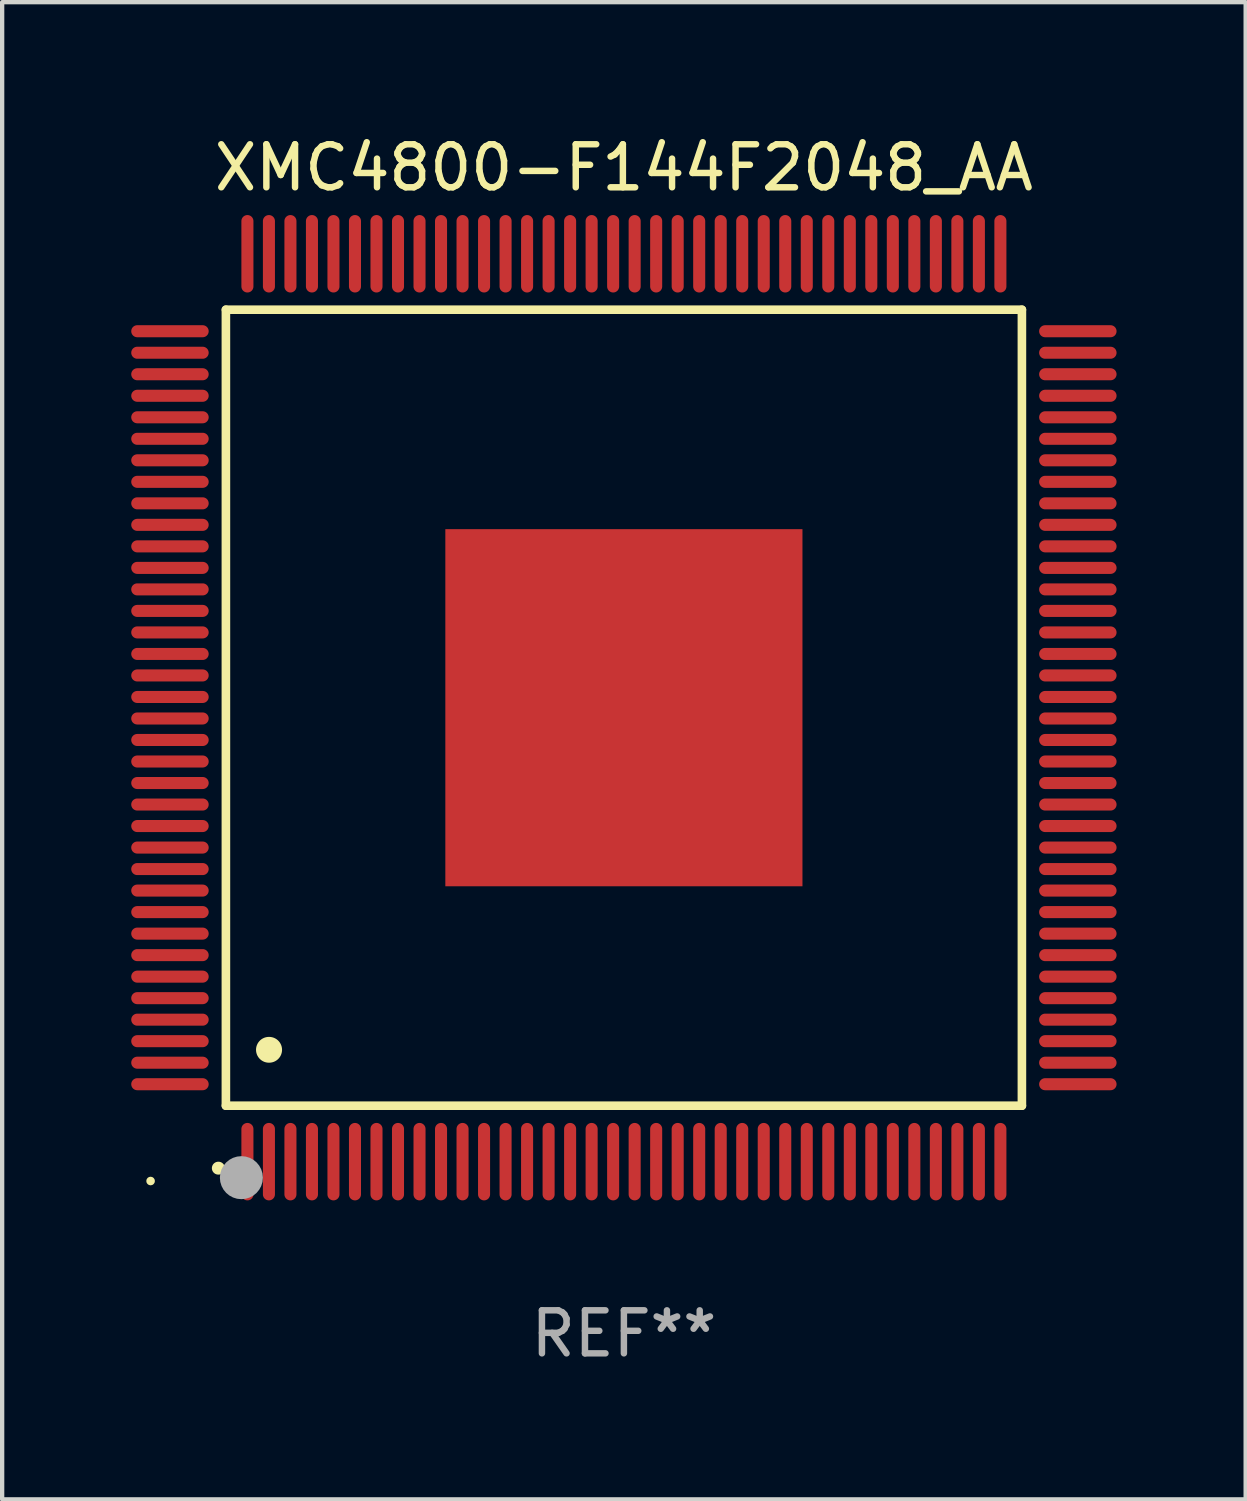
<source format=kicad_pcb>
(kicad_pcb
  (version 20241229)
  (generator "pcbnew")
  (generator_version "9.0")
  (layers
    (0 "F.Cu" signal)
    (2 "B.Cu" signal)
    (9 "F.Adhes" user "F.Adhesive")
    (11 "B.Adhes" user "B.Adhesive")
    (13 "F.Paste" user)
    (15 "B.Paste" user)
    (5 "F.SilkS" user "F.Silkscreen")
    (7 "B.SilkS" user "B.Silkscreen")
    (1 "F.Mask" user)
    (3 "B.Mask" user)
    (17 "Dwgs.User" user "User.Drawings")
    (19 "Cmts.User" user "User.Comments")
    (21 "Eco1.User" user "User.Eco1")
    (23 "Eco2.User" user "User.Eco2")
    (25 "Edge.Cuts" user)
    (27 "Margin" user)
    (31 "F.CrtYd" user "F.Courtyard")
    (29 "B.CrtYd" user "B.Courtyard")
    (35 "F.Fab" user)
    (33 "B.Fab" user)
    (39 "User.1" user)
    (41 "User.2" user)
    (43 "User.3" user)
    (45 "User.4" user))
  (footprint "XMC4800-F144F2048_AA"
    (layer "F.Cu")
    (at 11.45 13.398)
    (property "Reference" "XMC4800-F144F2048_AA" (at 0 -12.55 0) (layer "F.SilkS") (effects (font (size 1 1) (thickness 0.15))))
    (attr through_hole)
    (fp_line (start -9.25 -9.25) (end 9.25 -9.25) (stroke (width 0.2) (type solid)) (layer "F.SilkS"))
    (fp_line (start -9.25 9.25) (end -9.25 -9.25) (stroke (width 0.2) (type solid)) (layer "F.SilkS"))
    (fp_line (start 9.25 -9.25) (end 9.25 9.25) (stroke (width 0.2) (type solid)) (layer "F.SilkS"))
    (fp_line (start 9.25 9.25) (end -9.25 9.25) (stroke (width 0.2) (type solid)) (layer "F.SilkS"))
    (fp_arc (start -9.425959 10.701041) (mid -9.424689 10.701036) (end -9.423419 10.701041) (stroke (width 0.3) (type solid)) (layer "F.SilkS"))
    (fp_arc (start -8.249936 7.950216) (mid -8.247396 7.950205) (end -8.244856 7.950216) (stroke (width 0.6) (type solid)) (layer "F.SilkS"))
    (fp_circle (center -11 11) (end -10.95 11) (stroke (width 0.1) (type solid)) (fill no) (layer "F.SilkS"))
    (fp_circle (center -8.89 10.922) (end -8.64 10.922) (stroke (width 0.5) (type solid)) (fill no) (layer "F.Fab"))
    (fp_text user "REF**" (at 0 14.55 0) (layer "F.Fab") (effects (font (size 1 1) (thickness 0.15))))
    (pad "1" smd oval (at -8.75 10.55) (size 0.28 1.8) (layers "F.Cu" "F.Mask" "F.Paste"))
    (pad "2" smd oval (at -8.25 10.55) (size 0.28 1.8) (layers "F.Cu" "F.Mask" "F.Paste"))
    (pad "3" smd oval (at -7.75 10.55) (size 0.28 1.8) (layers "F.Cu" "F.Mask" "F.Paste"))
    (pad "4" smd oval (at -7.25 10.55) (size 0.28 1.8) (layers "F.Cu" "F.Mask" "F.Paste"))
    (pad "5" smd oval (at -6.75 10.55) (size 0.28 1.8) (layers "F.Cu" "F.Mask" "F.Paste"))
    (pad "6" smd oval (at -6.25 10.55) (size 0.28 1.8) (layers "F.Cu" "F.Mask" "F.Paste"))
    (pad "7" smd oval (at -5.75 10.55) (size 0.28 1.8) (layers "F.Cu" "F.Mask" "F.Paste"))
    (pad "8" smd oval (at -5.25 10.55) (size 0.28 1.8) (layers "F.Cu" "F.Mask" "F.Paste"))
    (pad "9" smd oval (at -4.75 10.55) (size 0.28 1.8) (layers "F.Cu" "F.Mask" "F.Paste"))
    (pad "10" smd oval (at -4.25 10.55) (size 0.28 1.8) (layers "F.Cu" "F.Mask" "F.Paste"))
    (pad "11" smd oval (at -3.75 10.55) (size 0.28 1.8) (layers "F.Cu" "F.Mask" "F.Paste"))
    (pad "12" smd oval (at -3.25 10.55) (size 0.28 1.8) (layers "F.Cu" "F.Mask" "F.Paste"))
    (pad "13" smd oval (at -2.75 10.55) (size 0.28 1.8) (layers "F.Cu" "F.Mask" "F.Paste"))
    (pad "14" smd oval (at -2.25 10.55) (size 0.28 1.8) (layers "F.Cu" "F.Mask" "F.Paste"))
    (pad "15" smd oval (at -1.75 10.55) (size 0.28 1.8) (layers "F.Cu" "F.Mask" "F.Paste"))
    (pad "16" smd oval (at -1.25 10.55) (size 0.28 1.8) (layers "F.Cu" "F.Mask" "F.Paste"))
    (pad "17" smd oval (at -0.75 10.55) (size 0.28 1.8) (layers "F.Cu" "F.Mask" "F.Paste"))
    (pad "18" smd oval (at -0.25 10.55) (size 0.28 1.8) (layers "F.Cu" "F.Mask" "F.Paste"))
    (pad "19" smd oval (at 0.25 10.55) (size 0.28 1.8) (layers "F.Cu" "F.Mask" "F.Paste"))
    (pad "20" smd oval (at 0.75 10.55) (size 0.28 1.8) (layers "F.Cu" "F.Mask" "F.Paste"))
    (pad "21" smd oval (at 1.25 10.55) (size 0.28 1.8) (layers "F.Cu" "F.Mask" "F.Paste"))
    (pad "22" smd oval (at 1.75 10.55) (size 0.28 1.8) (layers "F.Cu" "F.Mask" "F.Paste"))
    (pad "23" smd oval (at 2.25 10.55) (size 0.28 1.8) (layers "F.Cu" "F.Mask" "F.Paste"))
    (pad "24" smd oval (at 2.75 10.55) (size 0.28 1.8) (layers "F.Cu" "F.Mask" "F.Paste"))
    (pad "25" smd oval (at 3.25 10.55) (size 0.28 1.8) (layers "F.Cu" "F.Mask" "F.Paste"))
    (pad "26" smd oval (at 3.75 10.55) (size 0.28 1.8) (layers "F.Cu" "F.Mask" "F.Paste"))
    (pad "27" smd oval (at 4.25 10.55) (size 0.28 1.8) (layers "F.Cu" "F.Mask" "F.Paste"))
    (pad "28" smd oval (at 4.75 10.55) (size 0.28 1.8) (layers "F.Cu" "F.Mask" "F.Paste"))
    (pad "29" smd oval (at 5.25 10.55) (size 0.28 1.8) (layers "F.Cu" "F.Mask" "F.Paste"))
    (pad "30" smd oval (at 5.75 10.55) (size 0.28 1.8) (layers "F.Cu" "F.Mask" "F.Paste"))
    (pad "31" smd oval (at 6.25 10.55) (size 0.28 1.8) (layers "F.Cu" "F.Mask" "F.Paste"))
    (pad "32" smd oval (at 6.75 10.55) (size 0.28 1.8) (layers "F.Cu" "F.Mask" "F.Paste"))
    (pad "33" smd oval (at 7.25 10.55) (size 0.28 1.8) (layers "F.Cu" "F.Mask" "F.Paste"))
    (pad "34" smd oval (at 7.75 10.55) (size 0.28 1.8) (layers "F.Cu" "F.Mask" "F.Paste"))
    (pad "35" smd oval (at 8.25 10.55) (size 0.28 1.8) (layers "F.Cu" "F.Mask" "F.Paste"))
    (pad "36" smd oval (at 8.75 10.55) (size 0.28 1.8) (layers "F.Cu" "F.Mask" "F.Paste"))
    (pad "37" smd oval (at 10.55 8.75) (size 1.8 0.28) (layers "F.Cu" "F.Mask" "F.Paste"))
    (pad "38" smd oval (at 10.55 8.25) (size 1.8 0.28) (layers "F.Cu" "F.Mask" "F.Paste"))
    (pad "39" smd oval (at 10.55 7.75) (size 1.8 0.28) (layers "F.Cu" "F.Mask" "F.Paste"))
    (pad "40" smd oval (at 10.55 7.25) (size 1.8 0.28) (layers "F.Cu" "F.Mask" "F.Paste"))
    (pad "41" smd oval (at 10.55 6.75) (size 1.8 0.28) (layers "F.Cu" "F.Mask" "F.Paste"))
    (pad "42" smd oval (at 10.55 6.25) (size 1.8 0.28) (layers "F.Cu" "F.Mask" "F.Paste"))
    (pad "43" smd oval (at 10.55 5.75) (size 1.8 0.28) (layers "F.Cu" "F.Mask" "F.Paste"))
    (pad "44" smd oval (at 10.55 5.25) (size 1.8 0.28) (layers "F.Cu" "F.Mask" "F.Paste"))
    (pad "45" smd oval (at 10.55 4.75) (size 1.8 0.28) (layers "F.Cu" "F.Mask" "F.Paste"))
    (pad "46" smd oval (at 10.55 4.25) (size 1.8 0.28) (layers "F.Cu" "F.Mask" "F.Paste"))
    (pad "47" smd oval (at 10.55 3.75) (size 1.8 0.28) (layers "F.Cu" "F.Mask" "F.Paste"))
    (pad "48" smd oval (at 10.55 3.25) (size 1.8 0.28) (layers "F.Cu" "F.Mask" "F.Paste"))
    (pad "49" smd oval (at 10.55 2.75) (size 1.8 0.28) (layers "F.Cu" "F.Mask" "F.Paste"))
    (pad "50" smd oval (at 10.55 2.25) (size 1.8 0.28) (layers "F.Cu" "F.Mask" "F.Paste"))
    (pad "51" smd oval (at 10.55 1.75) (size 1.8 0.28) (layers "F.Cu" "F.Mask" "F.Paste"))
    (pad "52" smd oval (at 10.55 1.25) (size 1.8 0.28) (layers "F.Cu" "F.Mask" "F.Paste"))
    (pad "53" smd oval (at 10.55 0.75) (size 1.8 0.28) (layers "F.Cu" "F.Mask" "F.Paste"))
    (pad "54" smd oval (at 10.55 0.25) (size 1.8 0.28) (layers "F.Cu" "F.Mask" "F.Paste"))
    (pad "55" smd oval (at 10.55 -0.25) (size 1.8 0.28) (layers "F.Cu" "F.Mask" "F.Paste"))
    (pad "56" smd oval (at 10.55 -0.75) (size 1.8 0.28) (layers "F.Cu" "F.Mask" "F.Paste"))
    (pad "57" smd oval (at 10.55 -1.25) (size 1.8 0.28) (layers "F.Cu" "F.Mask" "F.Paste"))
    (pad "58" smd oval (at 10.55 -1.75) (size 1.8 0.28) (layers "F.Cu" "F.Mask" "F.Paste"))
    (pad "59" smd oval (at 10.55 -2.25) (size 1.8 0.28) (layers "F.Cu" "F.Mask" "F.Paste"))
    (pad "60" smd oval (at 10.55 -2.75) (size 1.8 0.28) (layers "F.Cu" "F.Mask" "F.Paste"))
    (pad "61" smd oval (at 10.55 -3.25) (size 1.8 0.28) (layers "F.Cu" "F.Mask" "F.Paste"))
    (pad "62" smd oval (at 10.55 -3.75) (size 1.8 0.28) (layers "F.Cu" "F.Mask" "F.Paste"))
    (pad "63" smd oval (at 10.55 -4.25) (size 1.8 0.28) (layers "F.Cu" "F.Mask" "F.Paste"))
    (pad "64" smd oval (at 10.55 -4.75) (size 1.8 0.28) (layers "F.Cu" "F.Mask" "F.Paste"))
    (pad "65" smd oval (at 10.55 -5.25) (size 1.8 0.28) (layers "F.Cu" "F.Mask" "F.Paste"))
    (pad "66" smd oval (at 10.55 -5.75) (size 1.8 0.28) (layers "F.Cu" "F.Mask" "F.Paste"))
    (pad "67" smd oval (at 10.55 -6.25) (size 1.8 0.28) (layers "F.Cu" "F.Mask" "F.Paste"))
    (pad "68" smd oval (at 10.55 -6.75) (size 1.8 0.28) (layers "F.Cu" "F.Mask" "F.Paste"))
    (pad "69" smd oval (at 10.55 -7.25) (size 1.8 0.28) (layers "F.Cu" "F.Mask" "F.Paste"))
    (pad "70" smd oval (at 10.55 -7.75) (size 1.8 0.28) (layers "F.Cu" "F.Mask" "F.Paste"))
    (pad "71" smd oval (at 10.55 -8.25) (size 1.8 0.28) (layers "F.Cu" "F.Mask" "F.Paste"))
    (pad "72" smd oval (at 10.55 -8.75) (size 1.8 0.28) (layers "F.Cu" "F.Mask" "F.Paste"))
    (pad "73" smd oval (at 8.75 -10.55) (size 0.28 1.8) (layers "F.Cu" "F.Mask" "F.Paste"))
    (pad "74" smd oval (at 8.25 -10.55) (size 0.28 1.8) (layers "F.Cu" "F.Mask" "F.Paste"))
    (pad "75" smd oval (at 7.75 -10.55) (size 0.28 1.8) (layers "F.Cu" "F.Mask" "F.Paste"))
    (pad "76" smd oval (at 7.25 -10.55) (size 0.28 1.8) (layers "F.Cu" "F.Mask" "F.Paste"))
    (pad "77" smd oval (at 6.75 -10.55) (size 0.28 1.8) (layers "F.Cu" "F.Mask" "F.Paste"))
    (pad "78" smd oval (at 6.25 -10.55) (size 0.28 1.8) (layers "F.Cu" "F.Mask" "F.Paste"))
    (pad "79" smd oval (at 5.75 -10.55) (size 0.28 1.8) (layers "F.Cu" "F.Mask" "F.Paste"))
    (pad "80" smd oval (at 5.25 -10.55) (size 0.28 1.8) (layers "F.Cu" "F.Mask" "F.Paste"))
    (pad "81" smd oval (at 4.75 -10.55) (size 0.28 1.8) (layers "F.Cu" "F.Mask" "F.Paste"))
    (pad "82" smd oval (at 4.25 -10.55) (size 0.28 1.8) (layers "F.Cu" "F.Mask" "F.Paste"))
    (pad "83" smd oval (at 3.75 -10.55) (size 0.28 1.8) (layers "F.Cu" "F.Mask" "F.Paste"))
    (pad "84" smd oval (at 3.25 -10.55) (size 0.28 1.8) (layers "F.Cu" "F.Mask" "F.Paste"))
    (pad "85" smd oval (at 2.75 -10.55) (size 0.28 1.8) (layers "F.Cu" "F.Mask" "F.Paste"))
    (pad "86" smd oval (at 2.25 -10.55) (size 0.28 1.8) (layers "F.Cu" "F.Mask" "F.Paste"))
    (pad "87" smd oval (at 1.75 -10.55) (size 0.28 1.8) (layers "F.Cu" "F.Mask" "F.Paste"))
    (pad "88" smd oval (at 1.25 -10.55) (size 0.28 1.8) (layers "F.Cu" "F.Mask" "F.Paste"))
    (pad "89" smd oval (at 0.75 -10.55) (size 0.28 1.8) (layers "F.Cu" "F.Mask" "F.Paste"))
    (pad "90" smd oval (at 0.25 -10.55) (size 0.28 1.8) (layers "F.Cu" "F.Mask" "F.Paste"))
    (pad "91" smd oval (at -0.25 -10.55) (size 0.28 1.8) (layers "F.Cu" "F.Mask" "F.Paste"))
    (pad "92" smd oval (at -0.75 -10.55) (size 0.28 1.8) (layers "F.Cu" "F.Mask" "F.Paste"))
    (pad "93" smd oval (at -1.25 -10.55) (size 0.28 1.8) (layers "F.Cu" "F.Mask" "F.Paste"))
    (pad "94" smd oval (at -1.75 -10.55) (size 0.28 1.8) (layers "F.Cu" "F.Mask" "F.Paste"))
    (pad "95" smd oval (at -2.25 -10.55) (size 0.28 1.8) (layers "F.Cu" "F.Mask" "F.Paste"))
    (pad "96" smd oval (at -2.75 -10.55) (size 0.28 1.8) (layers "F.Cu" "F.Mask" "F.Paste"))
    (pad "97" smd oval (at -3.25 -10.55) (size 0.28 1.8) (layers "F.Cu" "F.Mask" "F.Paste"))
    (pad "98" smd oval (at -3.75 -10.55) (size 0.28 1.8) (layers "F.Cu" "F.Mask" "F.Paste"))
    (pad "99" smd oval (at -4.25 -10.55) (size 0.28 1.8) (layers "F.Cu" "F.Mask" "F.Paste"))
    (pad "100" smd oval (at -4.75 -10.55) (size 0.28 1.8) (layers "F.Cu" "F.Mask" "F.Paste"))
    (pad "101" smd oval (at -5.25 -10.55) (size 0.28 1.8) (layers "F.Cu" "F.Mask" "F.Paste"))
    (pad "102" smd oval (at -5.75 -10.55) (size 0.28 1.8) (layers "F.Cu" "F.Mask" "F.Paste"))
    (pad "103" smd oval (at -6.25 -10.55) (size 0.28 1.8) (layers "F.Cu" "F.Mask" "F.Paste"))
    (pad "104" smd oval (at -6.75 -10.55) (size 0.28 1.8) (layers "F.Cu" "F.Mask" "F.Paste"))
    (pad "105" smd oval (at -7.25 -10.55) (size 0.28 1.8) (layers "F.Cu" "F.Mask" "F.Paste"))
    (pad "106" smd oval (at -7.75 -10.55) (size 0.28 1.8) (layers "F.Cu" "F.Mask" "F.Paste"))
    (pad "107" smd oval (at -8.25 -10.55) (size 0.28 1.8) (layers "F.Cu" "F.Mask" "F.Paste"))
    (pad "108" smd oval (at -8.75 -10.55) (size 0.28 1.8) (layers "F.Cu" "F.Mask" "F.Paste"))
    (pad "109" smd oval (at -10.55 -8.75) (size 1.8 0.28) (layers "F.Cu" "F.Mask" "F.Paste"))
    (pad "110" smd oval (at -10.55 -8.25) (size 1.8 0.28) (layers "F.Cu" "F.Mask" "F.Paste"))
    (pad "111" smd oval (at -10.55 -7.75) (size 1.8 0.28) (layers "F.Cu" "F.Mask" "F.Paste"))
    (pad "112" smd oval (at -10.55 -7.25) (size 1.8 0.28) (layers "F.Cu" "F.Mask" "F.Paste"))
    (pad "113" smd oval (at -10.55 -6.75) (size 1.8 0.28) (layers "F.Cu" "F.Mask" "F.Paste"))
    (pad "114" smd oval (at -10.55 -6.25) (size 1.8 0.28) (layers "F.Cu" "F.Mask" "F.Paste"))
    (pad "115" smd oval (at -10.55 -5.75) (size 1.8 0.28) (layers "F.Cu" "F.Mask" "F.Paste"))
    (pad "116" smd oval (at -10.55 -5.25) (size 1.8 0.28) (layers "F.Cu" "F.Mask" "F.Paste"))
    (pad "117" smd oval (at -10.55 -4.75) (size 1.8 0.28) (layers "F.Cu" "F.Mask" "F.Paste"))
    (pad "118" smd oval (at -10.55 -4.25) (size 1.8 0.28) (layers "F.Cu" "F.Mask" "F.Paste"))
    (pad "119" smd oval (at -10.55 -3.75) (size 1.8 0.28) (layers "F.Cu" "F.Mask" "F.Paste"))
    (pad "120" smd oval (at -10.55 -3.25) (size 1.8 0.28) (layers "F.Cu" "F.Mask" "F.Paste"))
    (pad "121" smd oval (at -10.55 -2.75) (size 1.8 0.28) (layers "F.Cu" "F.Mask" "F.Paste"))
    (pad "122" smd oval (at -10.55 -2.25) (size 1.8 0.28) (layers "F.Cu" "F.Mask" "F.Paste"))
    (pad "123" smd oval (at -10.55 -1.75) (size 1.8 0.28) (layers "F.Cu" "F.Mask" "F.Paste"))
    (pad "124" smd oval (at -10.55 -1.25) (size 1.8 0.28) (layers "F.Cu" "F.Mask" "F.Paste"))
    (pad "125" smd oval (at -10.55 -0.75) (size 1.8 0.28) (layers "F.Cu" "F.Mask" "F.Paste"))
    (pad "126" smd oval (at -10.55 -0.25) (size 1.8 0.28) (layers "F.Cu" "F.Mask" "F.Paste"))
    (pad "127" smd oval (at -10.55 0.25) (size 1.8 0.28) (layers "F.Cu" "F.Mask" "F.Paste"))
    (pad "128" smd oval (at -10.55 0.75) (size 1.8 0.28) (layers "F.Cu" "F.Mask" "F.Paste"))
    (pad "129" smd oval (at -10.55 1.25) (size 1.8 0.28) (layers "F.Cu" "F.Mask" "F.Paste"))
    (pad "130" smd oval (at -10.55 1.75) (size 1.8 0.28) (layers "F.Cu" "F.Mask" "F.Paste"))
    (pad "131" smd oval (at -10.55 2.25) (size 1.8 0.28) (layers "F.Cu" "F.Mask" "F.Paste"))
    (pad "132" smd oval (at -10.55 2.75) (size 1.8 0.28) (layers "F.Cu" "F.Mask" "F.Paste"))
    (pad "133" smd oval (at -10.55 3.25) (size 1.8 0.28) (layers "F.Cu" "F.Mask" "F.Paste"))
    (pad "134" smd oval (at -10.55 3.75) (size 1.8 0.28) (layers "F.Cu" "F.Mask" "F.Paste"))
    (pad "135" smd oval (at -10.55 4.25) (size 1.8 0.28) (layers "F.Cu" "F.Mask" "F.Paste"))
    (pad "136" smd oval (at -10.55 4.75) (size 1.8 0.28) (layers "F.Cu" "F.Mask" "F.Paste"))
    (pad "137" smd oval (at -10.55 5.25) (size 1.8 0.28) (layers "F.Cu" "F.Mask" "F.Paste"))
    (pad "138" smd oval (at -10.55 5.75) (size 1.8 0.28) (layers "F.Cu" "F.Mask" "F.Paste"))
    (pad "139" smd oval (at -10.55 6.25) (size 1.8 0.28) (layers "F.Cu" "F.Mask" "F.Paste"))
    (pad "140" smd oval (at -10.55 6.75) (size 1.8 0.28) (layers "F.Cu" "F.Mask" "F.Paste"))
    (pad "141" smd oval (at -10.55 7.25) (size 1.8 0.28) (layers "F.Cu" "F.Mask" "F.Paste"))
    (pad "142" smd oval (at -10.55 7.75) (size 1.8 0.28) (layers "F.Cu" "F.Mask" "F.Paste"))
    (pad "143" smd oval (at -10.55 8.25) (size 1.8 0.28) (layers "F.Cu" "F.Mask" "F.Paste"))
    (pad "144" smd oval (at -10.55 8.75) (size 1.8 0.28) (layers "F.Cu" "F.Mask" "F.Paste"))
    (pad "145" smd rect (at 0 0) (size 8.3 8.3) (layers "F.Cu" "F.Mask" "F.Paste")))
  (gr_rect
    (start -3 -3)
    (end 25.9 31.796)
    (stroke (width 0.1) (type default))
    (fill no)
    (layer "Edge.Cuts")))
</source>
